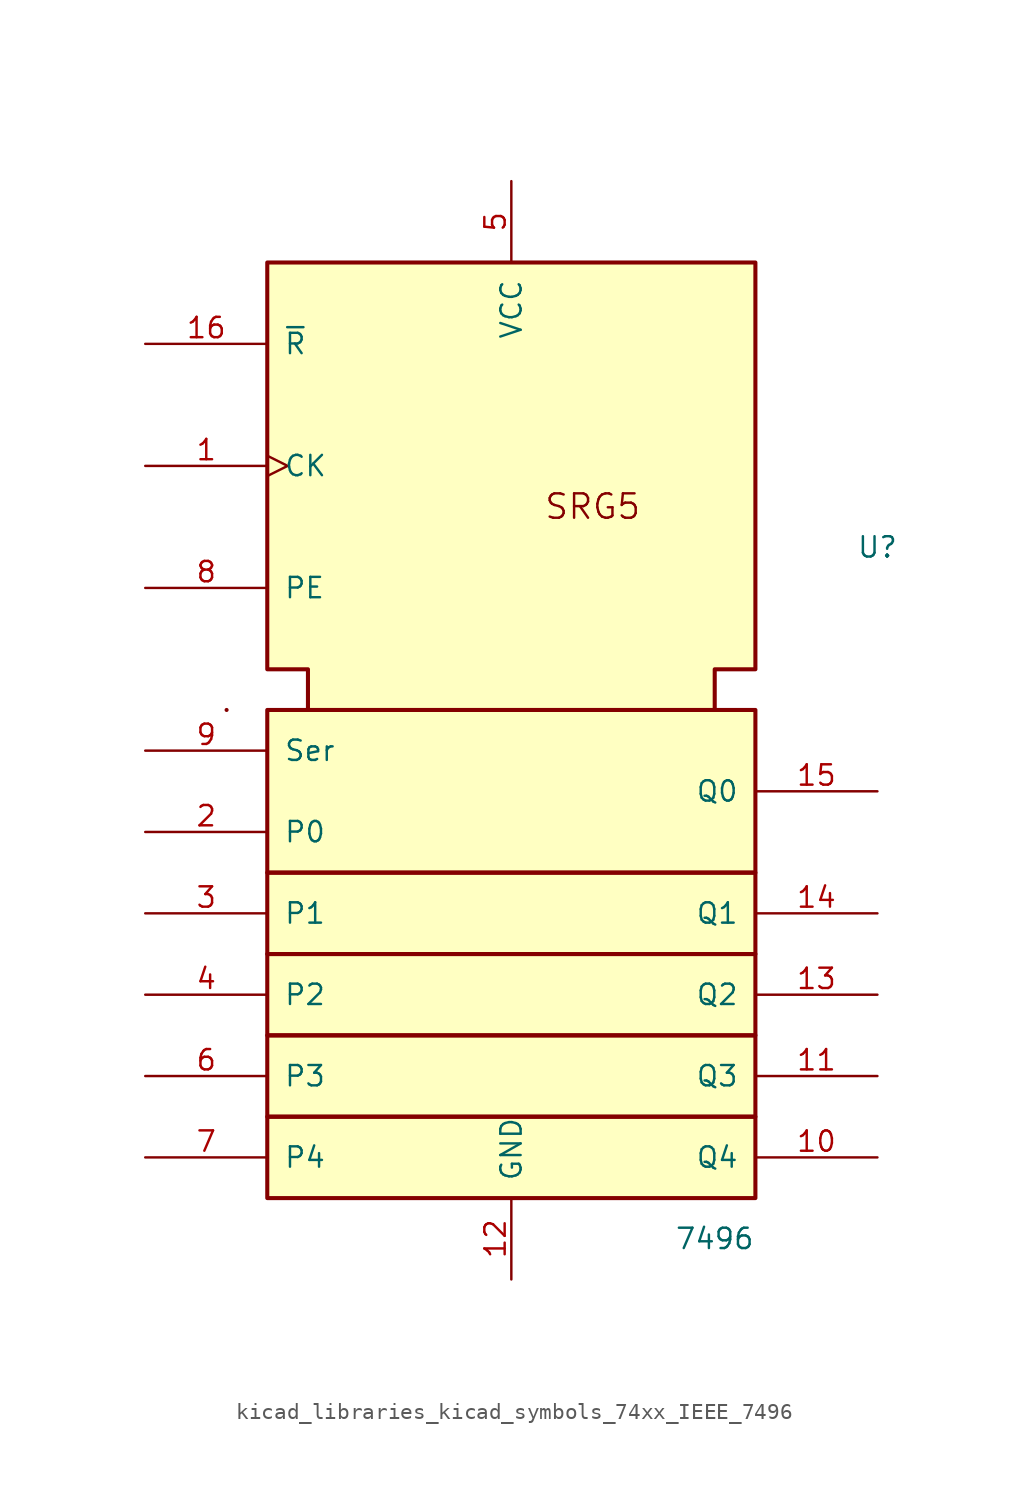
<source format=kicad_sym>
(kicad_symbol_lib
  (version 20220914)
  (generator kicad_symbol_editor)
  (symbol "kicad_libraries_kicad_symbols_74xx_IEEE_7496"
    (pin_names
      (offset 1.016))
    (property "Reference" "U"
      (at 22.86 10.16 0)
      (effects (font (size 1.27 1.27))))
    (property "Value" "7496"
      (at 12.7 -33.02 0)
      (effects (font (size 1.27 1.27))))
    (symbol "kicad_libraries_kicad_symbols_74xx_IEEE_7496_0_0"
      (polyline (pts (xy -17.78 0) (xy -17.78 0)) (stroke (width 0.254) (type default)) (fill (type background)))
      (text "SRG5" (at 5.08 12.7 0) (effects (font (size 1.524 1.524))))
      (pin power_in line (at 0 -35.56 90) (length 5.08) (name "GND" (effects (font (size 1.27 1.27)))) (number "12" (effects (font (size 1.27 1.27)))))
      (pin power_in line (at 0 33.02 270) (length 5.08) (name "VCC" (effects (font (size 1.27 1.27)))) (number "5" (effects (font (size 1.27 1.27))))))
    (symbol "kicad_libraries_kicad_symbols_74xx_IEEE_7496_0_1"
      (rectangle (start -15.24 -25.4) (end 15.24 -30.48) (stroke (width 0.254) (type default)) (fill (type background)))
      (rectangle (start -15.24 -20.32) (end 15.24 -25.4) (stroke (width 0.254) (type default)) (fill (type background)))
      (rectangle (start -15.24 -15.24) (end 15.24 -20.32) (stroke (width 0.254) (type default)) (fill (type background)))
      (rectangle (start -15.24 -10.16) (end 15.24 -15.24) (stroke (width 0.254) (type default)) (fill (type background)))
      (rectangle (start -15.24 0) (end 15.24 -10.16) (stroke (width 0.254) (type default)) (fill (type background)))
      (polyline (pts (xy -12.7 0) (xy -12.7 2.54) (xy -15.24 2.54) (xy -15.24 27.94) (xy 15.24 27.94) (xy 15.24 2.54) (xy 12.7 2.54) (xy 12.7 0) (xy 12.7 0)) (stroke (width 0.254) (type default)) (fill (type background))))
    (symbol "kicad_libraries_kicad_symbols_74xx_IEEE_7496_1_1"
      (pin input clock (at -22.86 15.24 0) (length 7.62) (name "CK" (effects (font (size 1.27 1.27)))) (number "1" (effects (font (size 1.27 1.27)))))
      (pin output line (at 22.86 -27.94 180) (length 7.62) (name "Q4" (effects (font (size 1.27 1.27)))) (number "10" (effects (font (size 1.27 1.27)))))
      (pin output line (at 22.86 -22.86 180) (length 7.62) (name "Q3" (effects (font (size 1.27 1.27)))) (number "11" (effects (font (size 1.27 1.27)))))
      (pin output line (at 22.86 -17.78 180) (length 7.62) (name "Q2" (effects (font (size 1.27 1.27)))) (number "13" (effects (font (size 1.27 1.27)))))
      (pin output line (at 22.86 -12.7 180) (length 7.62) (name "Q1" (effects (font (size 1.27 1.27)))) (number "14" (effects (font (size 1.27 1.27)))))
      (pin output line (at 22.86 -5.08 180) (length 7.62) (name "Q0" (effects (font (size 1.27 1.27)))) (number "15" (effects (font (size 1.27 1.27)))))
      (pin input line (at -22.86 22.86 0) (length 7.62) (name "~{R}" (effects (font (size 1.27 1.27)))) (number "16" (effects (font (size 1.27 1.27)))))
      (pin input line (at -22.86 -7.62 0) (length 7.62) (name "P0" (effects (font (size 1.27 1.27)))) (number "2" (effects (font (size 1.27 1.27)))))
      (pin input line (at -22.86 -12.7 0) (length 7.62) (name "P1" (effects (font (size 1.27 1.27)))) (number "3" (effects (font (size 1.27 1.27)))))
      (pin input line (at -22.86 -17.78 0) (length 7.62) (name "P2" (effects (font (size 1.27 1.27)))) (number "4" (effects (font (size 1.27 1.27)))))
      (pin input line (at -22.86 -22.86 0) (length 7.62) (name "P3" (effects (font (size 1.27 1.27)))) (number "6" (effects (font (size 1.27 1.27)))))
      (pin input line (at -22.86 -27.94 0) (length 7.62) (name "P4" (effects (font (size 1.27 1.27)))) (number "7" (effects (font (size 1.27 1.27)))))
      (pin input line (at -22.86 7.62 0) (length 7.62) (name "PE" (effects (font (size 1.27 1.27)))) (number "8" (effects (font (size 1.27 1.27)))))
      (pin input line (at -22.86 -2.54 0) (length 7.62) (name "Ser" (effects (font (size 1.27 1.27)))) (number "9" (effects (font (size 1.27 1.27))))))))
</source>
